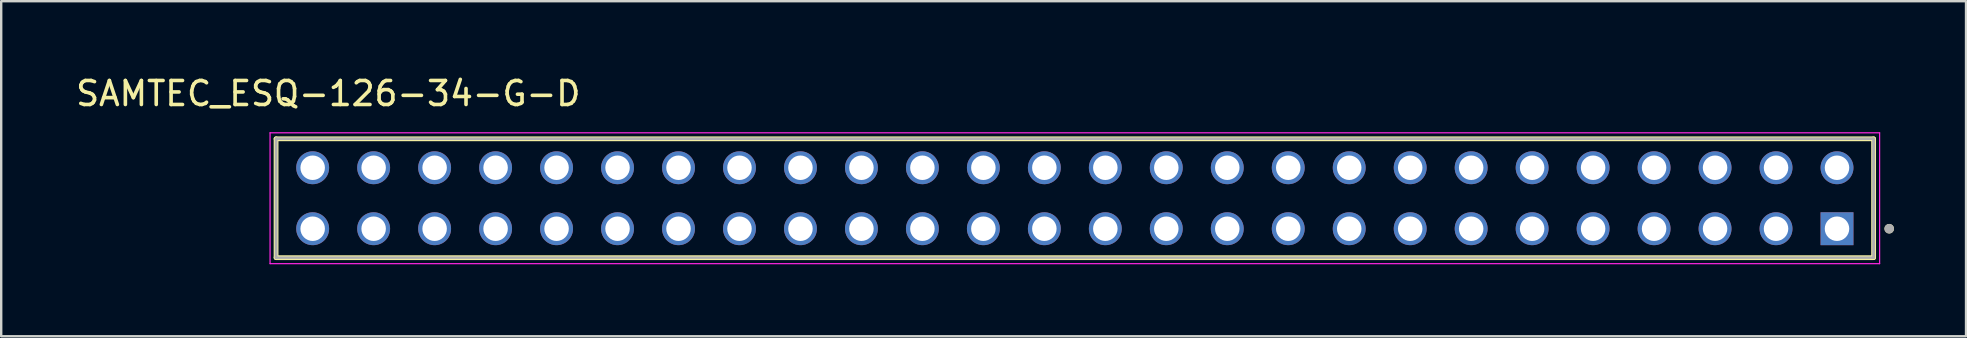
<source format=kicad_pcb>
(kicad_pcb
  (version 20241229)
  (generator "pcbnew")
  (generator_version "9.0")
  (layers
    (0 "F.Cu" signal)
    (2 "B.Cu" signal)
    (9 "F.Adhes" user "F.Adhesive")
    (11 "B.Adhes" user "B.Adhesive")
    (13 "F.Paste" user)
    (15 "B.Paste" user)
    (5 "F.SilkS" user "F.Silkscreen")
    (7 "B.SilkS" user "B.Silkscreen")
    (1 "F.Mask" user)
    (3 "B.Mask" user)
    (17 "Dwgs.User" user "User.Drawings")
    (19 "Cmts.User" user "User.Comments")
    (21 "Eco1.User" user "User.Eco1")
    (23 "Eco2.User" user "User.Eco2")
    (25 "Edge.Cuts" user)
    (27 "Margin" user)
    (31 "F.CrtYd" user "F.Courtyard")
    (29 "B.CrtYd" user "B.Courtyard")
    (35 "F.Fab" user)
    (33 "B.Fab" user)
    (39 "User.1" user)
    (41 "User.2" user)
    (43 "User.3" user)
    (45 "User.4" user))
  (footprint "SAMTEC_ESQ-126-34-G-D"
    (layer "F.Cu")
    (at 73.475 6.478)
    (property "Reference" "SAMTEC_ESQ-126-34-G-D" (at -62.85 -5.63 0) (layer "F.SilkS") (effects (font (size 1 1) (thickness 0.15))))
    (attr through_hole)
    (fp_line (start -65.025 1.205) (end -65.025 -3.745) (stroke (width 0.2) (type solid)) (layer "F.SilkS"))
    (fp_line (start 1.525 -3.745) (end -65.025 -3.745) (stroke (width 0.2) (type solid)) (layer "F.SilkS"))
    (fp_line (start 1.525 -3.745) (end 1.525 1.205) (stroke (width 0.2) (type solid)) (layer "F.SilkS"))
    (fp_line (start 1.525 1.205) (end -65.025 1.205) (stroke (width 0.2) (type solid)) (layer "F.SilkS"))
    (fp_circle (center 2.175 0) (end 2.275 0) (stroke (width 0.2) (type solid)) (fill no) (layer "F.SilkS"))
    (fp_line (start -65.275 -3.995) (end 1.775 -3.995) (stroke (width 0.05) (type solid)) (layer "F.CrtYd"))
    (fp_line (start -65.275 1.455) (end -65.275 -3.995) (stroke (width 0.05) (type solid)) (layer "F.CrtYd"))
    (fp_line (start 1.775 -3.995) (end 1.775 1.455) (stroke (width 0.05) (type solid)) (layer "F.CrtYd"))
    (fp_line (start 1.775 1.455) (end -65.275 1.455) (stroke (width 0.05) (type solid)) (layer "F.CrtYd"))
    (fp_line (start -65.025 -3.745) (end 1.525 -3.745) (stroke (width 0.1) (type solid)) (layer "F.Fab"))
    (fp_line (start -65.025 -3.745) (end 1.525 -3.745) (stroke (width 0.1) (type solid)) (layer "F.Fab"))
    (fp_line (start -65.025 1.205) (end -65.025 -3.745) (stroke (width 0.1) (type solid)) (layer "F.Fab"))
    (fp_line (start -65.025 1.205) (end -65.025 -3.745) (stroke (width 0.1) (type solid)) (layer "F.Fab"))
    (fp_line (start 1.525 -3.745) (end 1.525 1.205) (stroke (width 0.1) (type solid)) (layer "F.Fab"))
    (fp_line (start 1.525 -3.745) (end 1.525 1.205) (stroke (width 0.1) (type solid)) (layer "F.Fab"))
    (fp_line (start 1.525 1.205) (end -65.025 1.205) (stroke (width 0.1) (type solid)) (layer "F.Fab"))
    (fp_circle (center 2.175 0) (end 2.275 0) (stroke (width 0.2) (type solid)) (fill no) (layer "F.Fab"))
    (pad "01" thru_hole rect (at 0 0) (size 1.37 1.37) (drill 1.02) (layers "*.Cu" "*.Mask"))
    (pad "02" thru_hole circle (at 0 -2.54) (size 1.37 1.37) (drill 1.02) (layers "*.Cu" "*.Mask"))
    (pad "03" thru_hole circle (at -2.54 0) (size 1.37 1.37) (drill 1.02) (layers "*.Cu" "*.Mask"))
    (pad "04" thru_hole circle (at -2.54 -2.54) (size 1.37 1.37) (drill 1.02) (layers "*.Cu" "*.Mask"))
    (pad "05" thru_hole circle (at -5.08 0) (size 1.37 1.37) (drill 1.02) (layers "*.Cu" "*.Mask"))
    (pad "06" thru_hole circle (at -5.08 -2.54) (size 1.37 1.37) (drill 1.02) (layers "*.Cu" "*.Mask"))
    (pad "07" thru_hole circle (at -7.62 0) (size 1.37 1.37) (drill 1.02) (layers "*.Cu" "*.Mask"))
    (pad "08" thru_hole circle (at -7.62 -2.54) (size 1.37 1.37) (drill 1.02) (layers "*.Cu" "*.Mask"))
    (pad "09" thru_hole circle (at -10.16 0) (size 1.37 1.37) (drill 1.02) (layers "*.Cu" "*.Mask"))
    (pad "10" thru_hole circle (at -10.16 -2.54) (size 1.37 1.37) (drill 1.02) (layers "*.Cu" "*.Mask"))
    (pad "11" thru_hole circle (at -12.7 0) (size 1.37 1.37) (drill 1.02) (layers "*.Cu" "*.Mask"))
    (pad "12" thru_hole circle (at -12.7 -2.54) (size 1.37 1.37) (drill 1.02) (layers "*.Cu" "*.Mask"))
    (pad "13" thru_hole circle (at -15.24 0) (size 1.37 1.37) (drill 1.02) (layers "*.Cu" "*.Mask"))
    (pad "14" thru_hole circle (at -15.24 -2.54) (size 1.37 1.37) (drill 1.02) (layers "*.Cu" "*.Mask"))
    (pad "15" thru_hole circle (at -17.78 0) (size 1.37 1.37) (drill 1.02) (layers "*.Cu" "*.Mask"))
    (pad "16" thru_hole circle (at -17.78 -2.54) (size 1.37 1.37) (drill 1.02) (layers "*.Cu" "*.Mask"))
    (pad "17" thru_hole circle (at -20.32 0) (size 1.37 1.37) (drill 1.02) (layers "*.Cu" "*.Mask"))
    (pad "18" thru_hole circle (at -20.32 -2.54) (size 1.37 1.37) (drill 1.02) (layers "*.Cu" "*.Mask"))
    (pad "19" thru_hole circle (at -22.86 0) (size 1.37 1.37) (drill 1.02) (layers "*.Cu" "*.Mask"))
    (pad "20" thru_hole circle (at -22.86 -2.54) (size 1.37 1.37) (drill 1.02) (layers "*.Cu" "*.Mask"))
    (pad "21" thru_hole circle (at -25.4 0) (size 1.37 1.37) (drill 1.02) (layers "*.Cu" "*.Mask"))
    (pad "22" thru_hole circle (at -25.4 -2.54) (size 1.37 1.37) (drill 1.02) (layers "*.Cu" "*.Mask"))
    (pad "23" thru_hole circle (at -27.94 0) (size 1.37 1.37) (drill 1.02) (layers "*.Cu" "*.Mask"))
    (pad "24" thru_hole circle (at -27.94 -2.54) (size 1.37 1.37) (drill 1.02) (layers "*.Cu" "*.Mask"))
    (pad "25" thru_hole circle (at -30.48 0) (size 1.37 1.37) (drill 1.02) (layers "*.Cu" "*.Mask"))
    (pad "26" thru_hole circle (at -30.48 -2.54) (size 1.37 1.37) (drill 1.02) (layers "*.Cu" "*.Mask"))
    (pad "27" thru_hole circle (at -33.02 0) (size 1.37 1.37) (drill 1.02) (layers "*.Cu" "*.Mask"))
    (pad "28" thru_hole circle (at -33.02 -2.54) (size 1.37 1.37) (drill 1.02) (layers "*.Cu" "*.Mask"))
    (pad "29" thru_hole circle (at -35.56 0) (size 1.37 1.37) (drill 1.02) (layers "*.Cu" "*.Mask"))
    (pad "30" thru_hole circle (at -35.56 -2.54) (size 1.37 1.37) (drill 1.02) (layers "*.Cu" "*.Mask"))
    (pad "31" thru_hole circle (at -38.1 0) (size 1.37 1.37) (drill 1.02) (layers "*.Cu" "*.Mask"))
    (pad "32" thru_hole circle (at -38.1 -2.54) (size 1.37 1.37) (drill 1.02) (layers "*.Cu" "*.Mask"))
    (pad "33" thru_hole circle (at -40.64 0) (size 1.37 1.37) (drill 1.02) (layers "*.Cu" "*.Mask"))
    (pad "34" thru_hole circle (at -40.64 -2.54) (size 1.37 1.37) (drill 1.02) (layers "*.Cu" "*.Mask"))
    (pad "35" thru_hole circle (at -43.18 0) (size 1.37 1.37) (drill 1.02) (layers "*.Cu" "*.Mask"))
    (pad "36" thru_hole circle (at -43.18 -2.54) (size 1.37 1.37) (drill 1.02) (layers "*.Cu" "*.Mask"))
    (pad "37" thru_hole circle (at -45.72 0) (size 1.37 1.37) (drill 1.02) (layers "*.Cu" "*.Mask"))
    (pad "38" thru_hole circle (at -45.72 -2.54) (size 1.37 1.37) (drill 1.02) (layers "*.Cu" "*.Mask"))
    (pad "39" thru_hole circle (at -48.26 0) (size 1.37 1.37) (drill 1.02) (layers "*.Cu" "*.Mask"))
    (pad "40" thru_hole circle (at -48.26 -2.54) (size 1.37 1.37) (drill 1.02) (layers "*.Cu" "*.Mask"))
    (pad "41" thru_hole circle (at -50.8 0) (size 1.37 1.37) (drill 1.02) (layers "*.Cu" "*.Mask"))
    (pad "42" thru_hole circle (at -50.8 -2.54) (size 1.37 1.37) (drill 1.02) (layers "*.Cu" "*.Mask"))
    (pad "43" thru_hole circle (at -53.34 0) (size 1.37 1.37) (drill 1.02) (layers "*.Cu" "*.Mask"))
    (pad "44" thru_hole circle (at -53.34 -2.54) (size 1.37 1.37) (drill 1.02) (layers "*.Cu" "*.Mask"))
    (pad "45" thru_hole circle (at -55.88 0) (size 1.37 1.37) (drill 1.02) (layers "*.Cu" "*.Mask"))
    (pad "46" thru_hole circle (at -55.88 -2.54) (size 1.37 1.37) (drill 1.02) (layers "*.Cu" "*.Mask"))
    (pad "47" thru_hole circle (at -58.42 0) (size 1.37 1.37) (drill 1.02) (layers "*.Cu" "*.Mask"))
    (pad "48" thru_hole circle (at -58.42 -2.54) (size 1.37 1.37) (drill 1.02) (layers "*.Cu" "*.Mask"))
    (pad "49" thru_hole circle (at -60.96 0) (size 1.37 1.37) (drill 1.02) (layers "*.Cu" "*.Mask"))
    (pad "50" thru_hole circle (at -60.96 -2.54) (size 1.37 1.37) (drill 1.02) (layers "*.Cu" "*.Mask"))
    (pad "51" thru_hole circle (at -63.5 0) (size 1.37 1.37) (drill 1.02) (layers "*.Cu" "*.Mask"))
    (pad "52" thru_hole circle (at -63.5 -2.54) (size 1.37 1.37) (drill 1.02) (layers "*.Cu" "*.Mask")))
  (gr_rect
    (start -3 -3)
    (end 78.85 10.958)
    (stroke (width 0.1) (type default))
    (fill no)
    (layer "Edge.Cuts")))
</source>
